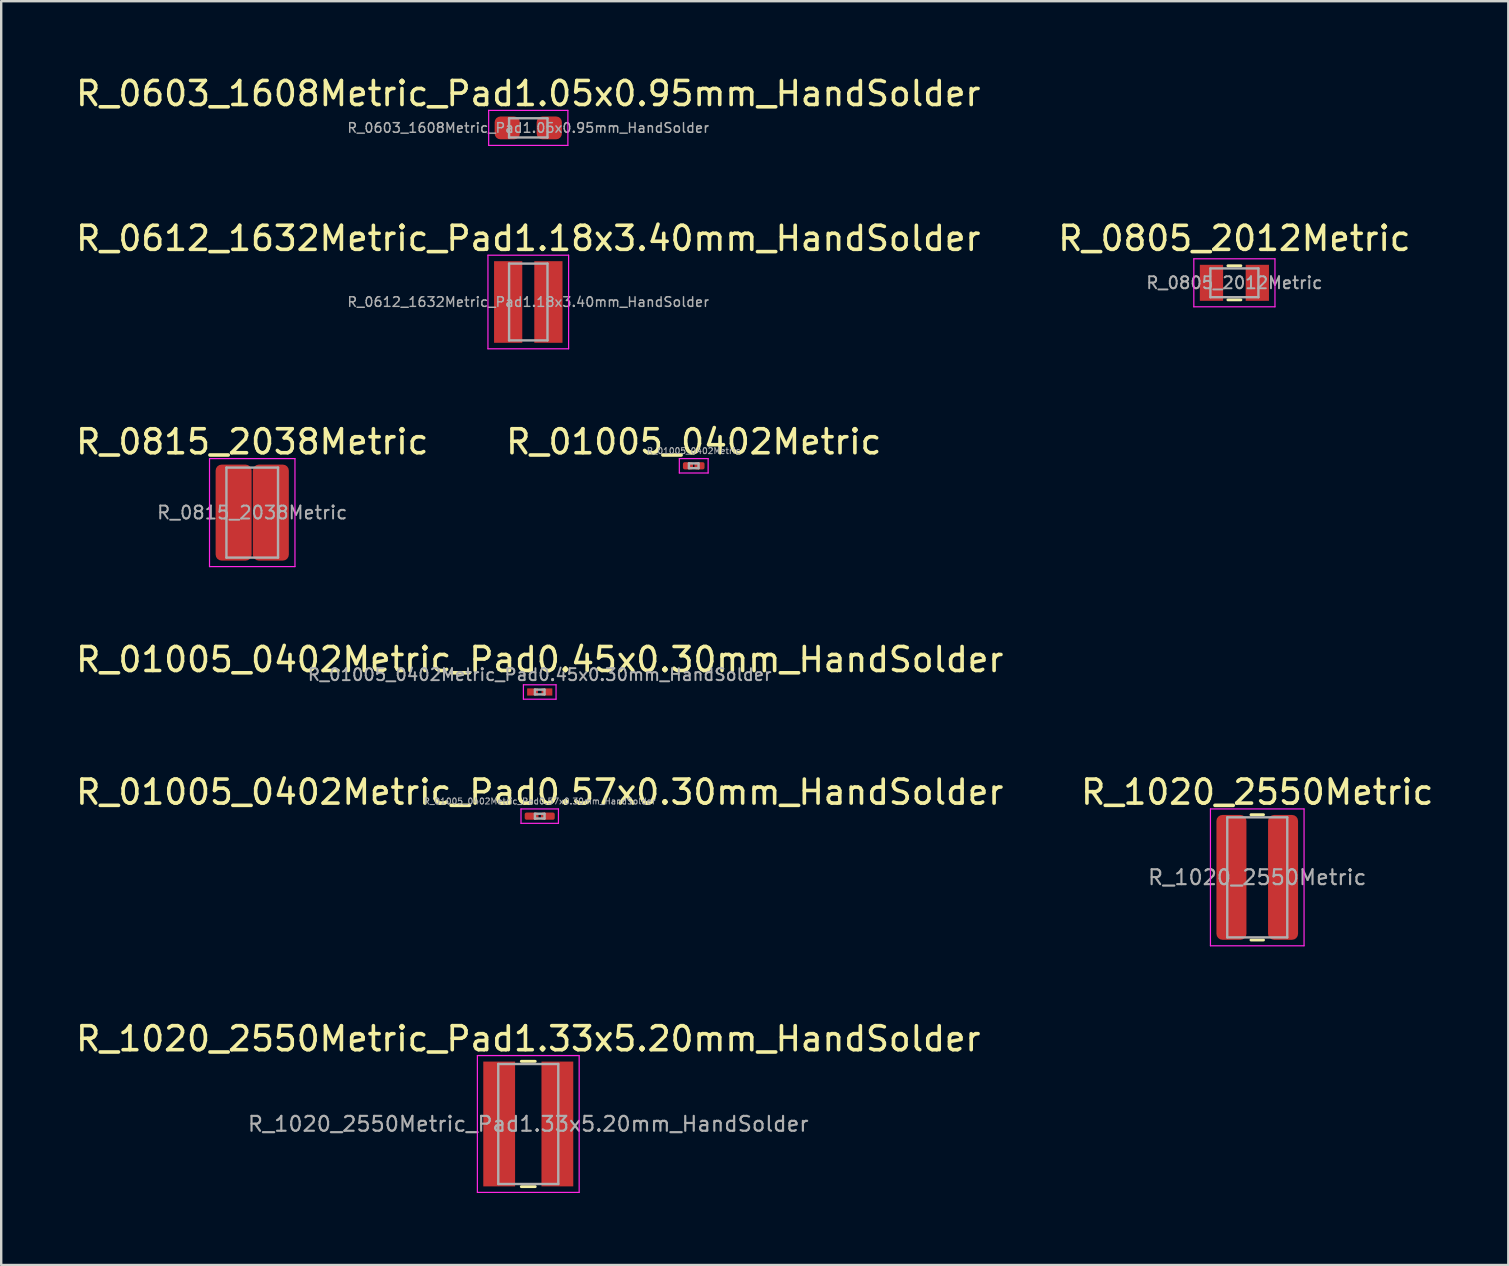
<source format=kicad_pcb>
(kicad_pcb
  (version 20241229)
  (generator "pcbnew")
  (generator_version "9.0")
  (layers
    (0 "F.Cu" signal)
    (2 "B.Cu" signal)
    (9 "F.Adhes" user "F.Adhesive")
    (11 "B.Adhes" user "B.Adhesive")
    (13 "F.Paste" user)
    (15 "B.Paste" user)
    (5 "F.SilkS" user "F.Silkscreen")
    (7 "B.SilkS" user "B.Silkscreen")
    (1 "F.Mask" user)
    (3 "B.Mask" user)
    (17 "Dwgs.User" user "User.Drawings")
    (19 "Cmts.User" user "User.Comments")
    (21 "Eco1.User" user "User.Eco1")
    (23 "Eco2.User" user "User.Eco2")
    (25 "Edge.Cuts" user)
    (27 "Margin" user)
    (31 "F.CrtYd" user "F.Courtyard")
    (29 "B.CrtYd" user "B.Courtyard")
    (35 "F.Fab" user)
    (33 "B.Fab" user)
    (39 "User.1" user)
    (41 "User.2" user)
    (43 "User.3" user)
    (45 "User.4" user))
  (footprint "R_1020_2550Metric_Pad1.33x5.20mm_HandSolder"
    (layer "F.Cu")
    (at 18.958 43.775)
    (property "Reference" "R_1020_2550Metric_Pad1.33x5.20mm_HandSolder" (at 0 -3.55 0) (layer "F.SilkS") (effects (font (size 1 1) (thickness 0.15))))
    (attr smd)
    (fp_line (start -0.29 -2.61) (end 0.29 -2.61) (stroke (width 0.12) (type solid)) (layer "F.SilkS"))
    (fp_line (start -0.29 2.61) (end 0.29 2.61) (stroke (width 0.12) (type solid)) (layer "F.SilkS"))
    (fp_line (start -2.12 -2.85) (end 2.12 -2.85) (stroke (width 0.05) (type solid)) (layer "F.CrtYd"))
    (fp_line (start -2.12 2.85) (end -2.12 -2.85) (stroke (width 0.05) (type solid)) (layer "F.CrtYd"))
    (fp_line (start 2.12 -2.85) (end 2.12 2.85) (stroke (width 0.05) (type solid)) (layer "F.CrtYd"))
    (fp_line (start 2.12 2.85) (end -2.12 2.85) (stroke (width 0.05) (type solid)) (layer "F.CrtYd"))
    (fp_line (start -1.25 -2.5) (end 1.25 -2.5) (stroke (width 0.1) (type solid)) (layer "F.Fab"))
    (fp_line (start -1.25 2.5) (end -1.25 -2.5) (stroke (width 0.1) (type solid)) (layer "F.Fab"))
    (fp_line (start 1.25 -2.5) (end 1.25 2.5) (stroke (width 0.1) (type solid)) (layer "F.Fab"))
    (fp_line (start 1.25 2.5) (end -1.25 2.5) (stroke (width 0.1) (type solid)) (layer "F.Fab"))
    (fp_text user "${REFERENCE}" (at 0 0 0) (layer "F.Fab") (effects (font (size 0.62 0.62) (thickness 0.09))))
    (pad "1" smd rect (at -1.212 0) (size 1.325 5.2) (layers "F.Cu" "F.Mask" "F.Paste"))
    (pad "2" smd rect (at 1.212 0) (size 1.325 5.2) (layers "F.Cu" "F.Mask" "F.Paste")))
  (footprint "R_1020_2550Metric"
    (layer "F.Cu")
    (at 49.327 33.501)
    (property "Reference" "R_1020_2550Metric" (at 0 -3.55 0) (layer "F.SilkS") (effects (font (size 1 1) (thickness 0.15))))
    (attr smd)
    (fp_line (start -0.261 -2.61) (end 0.261 -2.61) (stroke (width 0.12) (type solid)) (layer "F.SilkS"))
    (fp_line (start -0.261 2.61) (end 0.261 2.61) (stroke (width 0.12) (type solid)) (layer "F.SilkS"))
    (fp_line (start -1.95 -2.85) (end 1.95 -2.85) (stroke (width 0.05) (type solid)) (layer "F.CrtYd"))
    (fp_line (start -1.95 2.85) (end -1.95 -2.85) (stroke (width 0.05) (type solid)) (layer "F.CrtYd"))
    (fp_line (start 1.95 -2.85) (end 1.95 2.85) (stroke (width 0.05) (type solid)) (layer "F.CrtYd"))
    (fp_line (start 1.95 2.85) (end -1.95 2.85) (stroke (width 0.05) (type solid)) (layer "F.CrtYd"))
    (fp_line (start -1.25 -2.5) (end 1.25 -2.5) (stroke (width 0.1) (type solid)) (layer "F.Fab"))
    (fp_line (start -1.25 2.5) (end -1.25 -2.5) (stroke (width 0.1) (type solid)) (layer "F.Fab"))
    (fp_line (start 1.25 -2.5) (end 1.25 2.5) (stroke (width 0.1) (type solid)) (layer "F.Fab"))
    (fp_line (start 1.25 2.5) (end -1.25 2.5) (stroke (width 0.1) (type solid)) (layer "F.Fab"))
    (fp_text user "${REFERENCE}" (at 0 0 0) (layer "F.Fab") (effects (font (size 0.62 0.62) (thickness 0.09))))
    (pad "1" smd roundrect (at -1.075 0) (size 1.25 5.2) (layers "F.Cu" "F.Mask" "F.Paste") (roundrect_rratio 0.2))
    (pad "2" smd roundrect (at 1.075 0) (size 1.25 5.2) (layers "F.Cu" "F.Mask" "F.Paste") (roundrect_rratio 0.2)))
  (footprint "R_01005_0402Metric"
    (layer "F.Cu")
    (at 25.851 16.355)
    (property "Reference" "R_01005_0402Metric" (at 0 -1 0) (layer "F.SilkS") (effects (font (size 1 1) (thickness 0.15))))
    (attr smd)
    (fp_line (start -0.6 -0.3) (end 0.6 -0.3) (stroke (width 0.05) (type solid)) (layer "F.CrtYd"))
    (fp_line (start -0.6 0.3) (end -0.6 -0.3) (stroke (width 0.05) (type solid)) (layer "F.CrtYd"))
    (fp_line (start 0.6 -0.3) (end 0.6 0.3) (stroke (width 0.05) (type solid)) (layer "F.CrtYd"))
    (fp_line (start 0.6 0.3) (end -0.6 0.3) (stroke (width 0.05) (type solid)) (layer "F.CrtYd"))
    (fp_line (start -0.2 -0.1) (end 0.2 -0.1) (stroke (width 0.1) (type solid)) (layer "F.Fab"))
    (fp_line (start -0.2 0.1) (end -0.2 -0.1) (stroke (width 0.1) (type solid)) (layer "F.Fab"))
    (fp_line (start 0.2 -0.1) (end 0.2 0.1) (stroke (width 0.1) (type solid)) (layer "F.Fab"))
    (fp_line (start 0.2 0.1) (end -0.2 0.1) (stroke (width 0.1) (type solid)) (layer "F.Fab"))
    (fp_text user "${REFERENCE}" (at 0 -0.62 0) (layer "F.Fab") (effects (font (size 0.25 0.25) (thickness 0.04))))
    (pad "" smd roundrect (at -0.265 0) (size 0.286 0.27) (layers "F.Paste") (roundrect_rratio 0.25))
    (pad "" smd roundrect (at 0.265 0) (size 0.286 0.27) (layers "F.Paste") (roundrect_rratio 0.25))
    (pad "1" smd roundrect (at -0.24 0) (size 0.42 0.3) (layers "F.Cu" "F.Mask") (roundrect_rratio 0.25))
    (pad "2" smd roundrect (at 0.24 0) (size 0.42 0.3) (layers "F.Cu" "F.Mask") (roundrect_rratio 0.25)))
  (footprint "R_0815_2038Metric"
    (layer "F.Cu")
    (at 7.458 18.305)
    (property "Reference" "R_0815_2038Metric" (at 0 -2.95 0) (layer "F.SilkS") (effects (font (size 1 1) (thickness 0.15))))
    (attr smd)
    (fp_line (start -1.78 -2.25) (end 1.78 -2.25) (stroke (width 0.05) (type solid)) (layer "F.CrtYd"))
    (fp_line (start -1.78 2.25) (end -1.78 -2.25) (stroke (width 0.05) (type solid)) (layer "F.CrtYd"))
    (fp_line (start 1.78 -2.25) (end 1.78 2.25) (stroke (width 0.05) (type solid)) (layer "F.CrtYd"))
    (fp_line (start 1.78 2.25) (end -1.78 2.25) (stroke (width 0.05) (type solid)) (layer "F.CrtYd"))
    (fp_line (start -1.075 -1.875) (end 1.075 -1.875) (stroke (width 0.1) (type solid)) (layer "F.Fab"))
    (fp_line (start -1.075 1.875) (end -1.075 -1.875) (stroke (width 0.1) (type solid)) (layer "F.Fab"))
    (fp_line (start 1.075 -1.875) (end 1.075 1.875) (stroke (width 0.1) (type solid)) (layer "F.Fab"))
    (fp_line (start 1.075 1.875) (end -1.075 1.875) (stroke (width 0.1) (type solid)) (layer "F.Fab"))
    (fp_text user "${REFERENCE}" (at 0 0 0) (layer "F.Fab") (effects (font (size 0.54 0.54) (thickness 0.08))))
    (pad "1" smd roundrect (at -0.775 0) (size 1.5 4) (layers "F.Cu" "F.Mask" "F.Paste") (roundrect_rratio 0.167))
    (pad "2" smd roundrect (at 0.775 0) (size 1.5 4) (layers "F.Cu" "F.Mask" "F.Paste") (roundrect_rratio 0.167)))
  (footprint "R_0603_1608Metric_Pad1.05x0.95mm_HandSolder"
    (layer "F.Cu")
    (at 18.958 2.278)
    (property "Reference" "R_0603_1608Metric_Pad1.05x0.95mm_HandSolder" (at 0 -1.43 0) (layer "F.SilkS") (effects (font (size 1 1) (thickness 0.15))))
    (attr smd)
    (fp_line (start -1.65 -0.73) (end 1.65 -0.73) (stroke (width 0.05) (type solid)) (layer "F.CrtYd"))
    (fp_line (start -1.65 0.73) (end -1.65 -0.73) (stroke (width 0.05) (type solid)) (layer "F.CrtYd"))
    (fp_line (start 1.65 -0.73) (end 1.65 0.73) (stroke (width 0.05) (type solid)) (layer "F.CrtYd"))
    (fp_line (start 1.65 0.73) (end -1.65 0.73) (stroke (width 0.05) (type solid)) (layer "F.CrtYd"))
    (fp_line (start -0.8 -0.4) (end 0.8 -0.4) (stroke (width 0.1) (type solid)) (layer "F.Fab"))
    (fp_line (start -0.8 0.4) (end -0.8 -0.4) (stroke (width 0.1) (type solid)) (layer "F.Fab"))
    (fp_line (start 0.8 -0.4) (end 0.8 0.4) (stroke (width 0.1) (type solid)) (layer "F.Fab"))
    (fp_line (start 0.8 0.4) (end -0.8 0.4) (stroke (width 0.1) (type solid)) (layer "F.Fab"))
    (fp_text user "${REFERENCE}" (at 0 0 0) (layer "F.Fab") (effects (font (size 0.4 0.4) (thickness 0.06))))
    (pad "1" smd roundrect (at -0.875 0) (size 1.05 0.95) (layers "F.Cu" "F.Mask" "F.Paste") (roundrect_rratio 0.25))
    (pad "2" smd roundrect (at 0.875 0) (size 1.05 0.95) (layers "F.Cu" "F.Mask" "F.Paste") (roundrect_rratio 0.25)))
  (footprint "R_01005_0402Metric_Pad0.57x0.30mm_HandSolder"
    (layer "F.Cu")
    (at 19.435 30.951)
    (property "Reference" "R_01005_0402Metric_Pad0.57x0.30mm_HandSolder" (at 0 -1 0) (layer "F.SilkS") (effects (font (size 1 1) (thickness 0.15))))
    (attr smd)
    (fp_line (start -0.78 -0.3) (end 0.78 -0.3) (stroke (width 0.05) (type solid)) (layer "F.CrtYd"))
    (fp_line (start -0.78 0.3) (end -0.78 -0.3) (stroke (width 0.05) (type solid)) (layer "F.CrtYd"))
    (fp_line (start 0.78 -0.3) (end 0.78 0.3) (stroke (width 0.05) (type solid)) (layer "F.CrtYd"))
    (fp_line (start 0.78 0.3) (end -0.78 0.3) (stroke (width 0.05) (type solid)) (layer "F.CrtYd"))
    (fp_line (start -0.2 -0.1) (end 0.2 -0.1) (stroke (width 0.1) (type solid)) (layer "F.Fab"))
    (fp_line (start -0.2 0.1) (end -0.2 -0.1) (stroke (width 0.1) (type solid)) (layer "F.Fab"))
    (fp_line (start 0.2 -0.1) (end 0.2 0.1) (stroke (width 0.1) (type solid)) (layer "F.Fab"))
    (fp_line (start 0.2 0.1) (end -0.2 0.1) (stroke (width 0.1) (type solid)) (layer "F.Fab"))
    (fp_text user "${REFERENCE}" (at 0 -0.62 0) (layer "F.Fab") (effects (font (size 0.25 0.25) (thickness 0.04))))
    (pad "" smd roundrect (at -0.362 0) (size 0.41 0.27) (layers "F.Paste") (roundrect_rratio 0.25))
    (pad "" smd roundrect (at 0.362 0) (size 0.41 0.27) (layers "F.Paste") (roundrect_rratio 0.25))
    (pad "1" smd roundrect (at -0.338 0) (size 0.575 0.3) (layers "F.Cu" "F.Mask") (roundrect_rratio 0.25))
    (pad "2" smd roundrect (at 0.338 0) (size 0.575 0.3) (layers "F.Cu" "F.Mask") (roundrect_rratio 0.25)))
  (footprint "R_0612_1632Metric_Pad1.18x3.40mm_HandSolder"
    (layer "F.Cu")
    (at 18.958 9.531)
    (property "Reference" "R_0612_1632Metric_Pad1.18x3.40mm_HandSolder" (at 0 -2.65 0) (layer "F.SilkS") (effects (font (size 1 1) (thickness 0.15))))
    (attr smd)
    (fp_line (start -1.68 -1.95) (end 1.68 -1.95) (stroke (width 0.05) (type solid)) (layer "F.CrtYd"))
    (fp_line (start -1.68 1.95) (end -1.68 -1.95) (stroke (width 0.05) (type solid)) (layer "F.CrtYd"))
    (fp_line (start 1.68 -1.95) (end 1.68 1.95) (stroke (width 0.05) (type solid)) (layer "F.CrtYd"))
    (fp_line (start 1.68 1.95) (end -1.68 1.95) (stroke (width 0.05) (type solid)) (layer "F.CrtYd"))
    (fp_line (start -0.8 -1.6) (end 0.8 -1.6) (stroke (width 0.1) (type solid)) (layer "F.Fab"))
    (fp_line (start -0.8 1.6) (end -0.8 -1.6) (stroke (width 0.1) (type solid)) (layer "F.Fab"))
    (fp_line (start 0.8 -1.6) (end 0.8 1.6) (stroke (width 0.1) (type solid)) (layer "F.Fab"))
    (fp_line (start 0.8 1.6) (end -0.8 1.6) (stroke (width 0.1) (type solid)) (layer "F.Fab"))
    (fp_text user "${REFERENCE}" (at 0 0 0) (layer "F.Fab") (effects (font (size 0.4 0.4) (thickness 0.06))))
    (pad "1" smd rect (at -0.838 0) (size 1.175 3.4) (layers "F.Cu" "F.Mask" "F.Paste"))
    (pad "2" smd rect (at 0.838 0) (size 1.175 3.4) (layers "F.Cu" "F.Mask" "F.Paste")))
  (footprint "R_0805_2012Metric"
    (layer "F.Cu")
    (at 48.375 8.732)
    (property "Reference" "R_0805_2012Metric" (at 0 -1.85 0) (layer "F.SilkS") (effects (font (size 1 1) (thickness 0.15))))
    (attr smd)
    (fp_line (start -0.27 -0.71) (end 0.27 -0.71) (stroke (width 0.12) (type solid)) (layer "F.SilkS"))
    (fp_line (start -0.27 0.71) (end 0.27 0.71) (stroke (width 0.12) (type solid)) (layer "F.SilkS"))
    (fp_line (start -1.69 -1) (end 1.69 -1) (stroke (width 0.05) (type solid)) (layer "F.CrtYd"))
    (fp_line (start -1.69 1) (end -1.69 -1) (stroke (width 0.05) (type solid)) (layer "F.CrtYd"))
    (fp_line (start 1.69 -1) (end 1.69 1) (stroke (width 0.05) (type solid)) (layer "F.CrtYd"))
    (fp_line (start 1.69 1) (end -1.69 1) (stroke (width 0.05) (type solid)) (layer "F.CrtYd"))
    (fp_line (start -1 -0.6) (end 1 -0.6) (stroke (width 0.1) (type solid)) (layer "F.Fab"))
    (fp_line (start -1 0.6) (end -1 -0.6) (stroke (width 0.1) (type solid)) (layer "F.Fab"))
    (fp_line (start 1 -0.6) (end 1 0.6) (stroke (width 0.1) (type solid)) (layer "F.Fab"))
    (fp_line (start 1 0.6) (end -1 0.6) (stroke (width 0.1) (type solid)) (layer "F.Fab"))
    (fp_text user "${REFERENCE}" (at 0 0 0) (layer "F.Fab") (effects (font (size 0.5 0.5) (thickness 0.08))))
    (pad "1" smd rect (at -0.955 0) (size 0.97 1.5) (layers "F.Cu" "F.Mask" "F.Paste"))
    (pad "2" smd rect (at 0.955 0) (size 0.97 1.5) (layers "F.Cu" "F.Mask" "F.Paste")))
  (footprint "R_01005_0402Metric_Pad0.45x0.30mm_HandSolder"
    (layer "F.Cu")
    (at 19.435 25.778)
    (property "Reference" "R_01005_0402Metric_Pad0.45x0.30mm_HandSolder" (at 0 -1.35 0) (layer "F.SilkS") (effects (font (size 1 1) (thickness 0.15))))
    (attr smd)
    (fp_line (start -0.68 -0.3) (end 0.68 -0.3) (stroke (width 0.05) (type solid)) (layer "F.CrtYd"))
    (fp_line (start -0.68 0.3) (end -0.68 -0.3) (stroke (width 0.05) (type solid)) (layer "F.CrtYd"))
    (fp_line (start 0.68 -0.3) (end 0.68 0.3) (stroke (width 0.05) (type solid)) (layer "F.CrtYd"))
    (fp_line (start 0.68 0.3) (end -0.68 0.3) (stroke (width 0.05) (type solid)) (layer "F.CrtYd"))
    (fp_line (start -0.2 -0.1) (end 0.2 -0.1) (stroke (width 0.1) (type solid)) (layer "F.Fab"))
    (fp_line (start -0.2 0.1) (end -0.2 -0.1) (stroke (width 0.1) (type solid)) (layer "F.Fab"))
    (fp_line (start 0.2 -0.1) (end 0.2 0.1) (stroke (width 0.1) (type solid)) (layer "F.Fab"))
    (fp_line (start 0.2 0.1) (end -0.2 0.1) (stroke (width 0.1) (type solid)) (layer "F.Fab"))
    (fp_text user "${REFERENCE}" (at 0 -0.72 0) (layer "F.Fab") (effects (font (size 0.5 0.5) (thickness 0.08))))
    (pad "1" smd rect (at -0.3 0) (size 0.45 0.3) (layers "F.Cu" "F.Mask" "F.Paste"))
    (pad "2" smd rect (at 0.3 0) (size 0.45 0.3) (layers "F.Cu" "F.Mask" "F.Paste")))
  (gr_rect
    (start -3 -3)
    (end 59.786 49.65)
    (stroke (width 0.1) (type default))
    (fill no)
    (layer "Edge.Cuts")))
</source>
